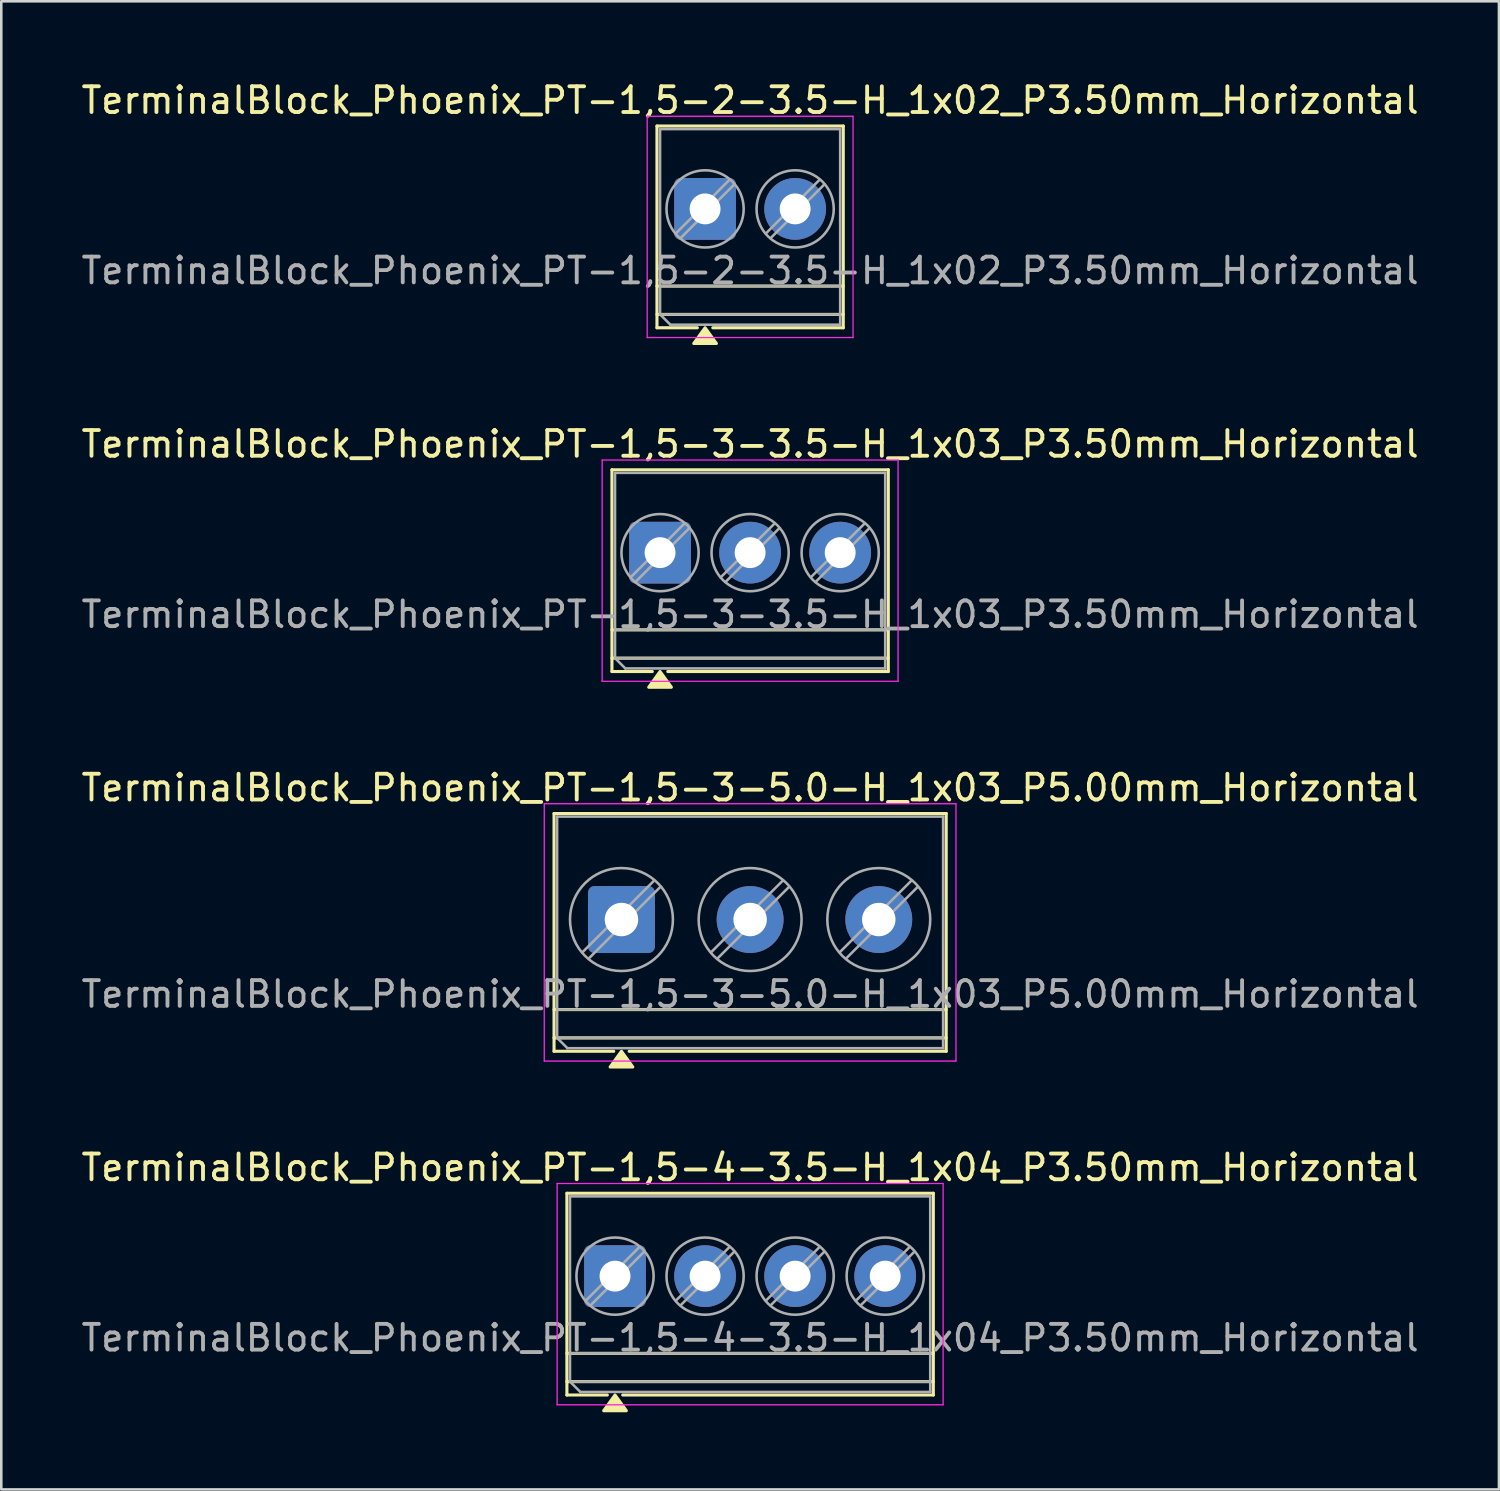
<source format=kicad_pcb>
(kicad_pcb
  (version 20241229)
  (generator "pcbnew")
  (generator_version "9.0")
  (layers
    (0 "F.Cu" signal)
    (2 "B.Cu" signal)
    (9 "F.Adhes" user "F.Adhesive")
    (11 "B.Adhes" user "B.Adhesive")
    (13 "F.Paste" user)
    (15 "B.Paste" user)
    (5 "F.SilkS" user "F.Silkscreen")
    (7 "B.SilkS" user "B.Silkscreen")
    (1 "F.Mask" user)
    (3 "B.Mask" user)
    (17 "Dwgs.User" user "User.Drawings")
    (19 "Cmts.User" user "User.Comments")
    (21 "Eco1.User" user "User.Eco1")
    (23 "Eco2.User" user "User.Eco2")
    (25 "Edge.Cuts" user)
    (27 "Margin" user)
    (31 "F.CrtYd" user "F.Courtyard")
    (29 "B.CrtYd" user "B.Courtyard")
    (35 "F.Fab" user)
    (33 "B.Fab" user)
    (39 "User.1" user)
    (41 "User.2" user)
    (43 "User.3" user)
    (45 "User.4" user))
  (footprint "TerminalBlock_Phoenix_PT-1,5-2-3.5-H_1x02_P3.50mm_Horizontal"
    (layer "F.Cu")
    (at 24.351 5.068)
    (property "Reference" "TerminalBlock_Phoenix_PT-1,5-2-3.5-H_1x02_P3.50mm_Horizontal" (at 1.75 -4.22 0) (layer "F.SilkS") (effects (font (size 1 1) (thickness 0.15))))
    (attr through_hole)
    (fp_line (start -1.87 -3.22) (end -1.87 4.62) (stroke (width 0.12) (type solid)) (layer "F.SilkS"))
    (fp_line (start -1.87 -3.22) (end 5.37 -3.22) (stroke (width 0.12) (type solid)) (layer "F.SilkS"))
    (fp_line (start -1.87 3) (end 5.37 3) (stroke (width 0.12) (type solid)) (layer "F.SilkS"))
    (fp_line (start -1.87 4.1) (end 5.37 4.1) (stroke (width 0.12) (type solid)) (layer "F.SilkS"))
    (fp_line (start -1.87 4.62) (end -0.3 4.62) (stroke (width 0.12) (type solid)) (layer "F.SilkS"))
    (fp_line (start 0.3 4.62) (end 5.37 4.62) (stroke (width 0.12) (type solid)) (layer "F.SilkS"))
    (fp_line (start 5.37 -3.22) (end 5.37 4.62) (stroke (width 0.12) (type solid)) (layer "F.SilkS"))
    (fp_poly (pts (xy 0 4.62) (xy 0.44 5.23) (xy -0.44 5.23)) (stroke (width 0.12) (type solid)) (fill yes) (layer "F.SilkS"))
    (fp_line (start -2.25 -3.6) (end -2.25 5) (stroke (width 0.05) (type solid)) (layer "F.CrtYd"))
    (fp_line (start -2.25 5) (end 5.75 5) (stroke (width 0.05) (type solid)) (layer "F.CrtYd"))
    (fp_line (start 5.75 -3.6) (end -2.25 -3.6) (stroke (width 0.05) (type solid)) (layer "F.CrtYd"))
    (fp_line (start 5.75 5) (end 5.75 -3.6) (stroke (width 0.05) (type solid)) (layer "F.CrtYd"))
    (fp_line (start -1.75 -3.1) (end 5.25 -3.1) (stroke (width 0.1) (type solid)) (layer "F.Fab"))
    (fp_line (start -1.75 3) (end 5.25 3) (stroke (width 0.1) (type solid)) (layer "F.Fab"))
    (fp_line (start -1.75 4.1) (end -1.75 -3.1) (stroke (width 0.1) (type solid)) (layer "F.Fab"))
    (fp_line (start -1.75 4.1) (end 5.25 4.1) (stroke (width 0.1) (type solid)) (layer "F.Fab"))
    (fp_line (start -1.35 4.5) (end -1.75 4.1) (stroke (width 0.1) (type solid)) (layer "F.Fab"))
    (fp_line (start 0.955 -1.138) (end -1.138 0.954) (stroke (width 0.1) (type solid)) (layer "F.Fab"))
    (fp_line (start 1.138 -0.954) (end -0.955 1.137) (stroke (width 0.1) (type solid)) (layer "F.Fab"))
    (fp_line (start 4.455 -1.138) (end 2.362 0.954) (stroke (width 0.1) (type solid)) (layer "F.Fab"))
    (fp_line (start 4.638 -0.954) (end 2.545 1.137) (stroke (width 0.1) (type solid)) (layer "F.Fab"))
    (fp_line (start 5.25 -3.1) (end 5.25 4.5) (stroke (width 0.1) (type solid)) (layer "F.Fab"))
    (fp_line (start 5.25 4.5) (end -1.35 4.5) (stroke (width 0.1) (type solid)) (layer "F.Fab"))
    (fp_circle (center 0 0) (end 1.5 0) (stroke (width 0.1) (type solid)) (fill no) (layer "F.Fab"))
    (fp_circle (center 3.5 0) (end 5 0) (stroke (width 0.1) (type solid)) (fill no) (layer "F.Fab"))
    (fp_text user "${REFERENCE}" (at 1.75 2.4 0) (layer "F.Fab") (effects (font (size 1 1) (thickness 0.15))))
    (pad "1" thru_hole roundrect (at 0 0) (size 2.4 2.4) (drill 1.2) (layers "*.Cu" "*.Mask") (roundrect_rratio 0.104))
    (pad "2" thru_hole circle (at 3.5 0) (size 2.4 2.4) (drill 1.2) (layers "*.Cu" "*.Mask")))
  (footprint "TerminalBlock_Phoenix_PT-1,5-3-5.0-H_1x03_P5.00mm_Horizontal"
    (layer "F.Cu")
    (at 21.101 32.685)
    (property "Reference" "TerminalBlock_Phoenix_PT-1,5-3-5.0-H_1x03_P5.00mm_Horizontal" (at 5 -5.12 0) (layer "F.SilkS") (effects (font (size 1 1) (thickness 0.15))))
    (attr through_hole)
    (fp_line (start -2.62 -4.12) (end -2.62 5.12) (stroke (width 0.12) (type solid)) (layer "F.SilkS"))
    (fp_line (start -2.62 -4.12) (end 12.62 -4.12) (stroke (width 0.12) (type solid)) (layer "F.SilkS"))
    (fp_line (start -2.62 3.5) (end 12.62 3.5) (stroke (width 0.12) (type solid)) (layer "F.SilkS"))
    (fp_line (start -2.62 4.6) (end 12.62 4.6) (stroke (width 0.12) (type solid)) (layer "F.SilkS"))
    (fp_line (start -2.62 5.12) (end -0.3 5.12) (stroke (width 0.12) (type solid)) (layer "F.SilkS"))
    (fp_line (start 0.3 5.12) (end 12.62 5.12) (stroke (width 0.12) (type solid)) (layer "F.SilkS"))
    (fp_line (start 12.62 -4.12) (end 12.62 5.12) (stroke (width 0.12) (type solid)) (layer "F.SilkS"))
    (fp_poly (pts (xy 0 5.12) (xy 0.44 5.73) (xy -0.44 5.73)) (stroke (width 0.12) (type solid)) (fill yes) (layer "F.SilkS"))
    (fp_line (start -3 -4.5) (end -3 5.5) (stroke (width 0.05) (type solid)) (layer "F.CrtYd"))
    (fp_line (start -3 5.5) (end 13 5.5) (stroke (width 0.05) (type solid)) (layer "F.CrtYd"))
    (fp_line (start 13 -4.5) (end -3 -4.5) (stroke (width 0.05) (type solid)) (layer "F.CrtYd"))
    (fp_line (start 13 5.5) (end 13 -4.5) (stroke (width 0.05) (type solid)) (layer "F.CrtYd"))
    (fp_line (start -2.5 -4) (end 12.5 -4) (stroke (width 0.1) (type solid)) (layer "F.Fab"))
    (fp_line (start -2.5 3.5) (end 12.5 3.5) (stroke (width 0.1) (type solid)) (layer "F.Fab"))
    (fp_line (start -2.5 4.6) (end -2.5 -4) (stroke (width 0.1) (type solid)) (layer "F.Fab"))
    (fp_line (start -2.5 4.6) (end 12.5 4.6) (stroke (width 0.1) (type solid)) (layer "F.Fab"))
    (fp_line (start -2.1 5) (end -2.5 4.6) (stroke (width 0.1) (type solid)) (layer "F.Fab"))
    (fp_line (start 1.273 -1.517) (end -1.517 1.272) (stroke (width 0.1) (type solid)) (layer "F.Fab"))
    (fp_line (start 1.517 -1.273) (end -1.273 1.517) (stroke (width 0.1) (type solid)) (layer "F.Fab"))
    (fp_line (start 6.273 -1.517) (end 3.483 1.272) (stroke (width 0.1) (type solid)) (layer "F.Fab"))
    (fp_line (start 6.517 -1.273) (end 3.727 1.517) (stroke (width 0.1) (type solid)) (layer "F.Fab"))
    (fp_line (start 11.273 -1.517) (end 8.483 1.272) (stroke (width 0.1) (type solid)) (layer "F.Fab"))
    (fp_line (start 11.517 -1.273) (end 8.727 1.517) (stroke (width 0.1) (type solid)) (layer "F.Fab"))
    (fp_line (start 12.5 -4) (end 12.5 5) (stroke (width 0.1) (type solid)) (layer "F.Fab"))
    (fp_line (start 12.5 5) (end -2.1 5) (stroke (width 0.1) (type solid)) (layer "F.Fab"))
    (fp_circle (center 0 0) (end 2 0) (stroke (width 0.1) (type solid)) (fill no) (layer "F.Fab"))
    (fp_circle (center 5 0) (end 7 0) (stroke (width 0.1) (type solid)) (fill no) (layer "F.Fab"))
    (fp_circle (center 10 0) (end 12 0) (stroke (width 0.1) (type solid)) (fill no) (layer "F.Fab"))
    (fp_text user "${REFERENCE}" (at 5 2.9 0) (layer "F.Fab") (effects (font (size 1 1) (thickness 0.15))))
    (pad "1" thru_hole roundrect (at 0 0) (size 2.6 2.6) (drill 1.3) (layers "*.Cu" "*.Mask") (roundrect_rratio 0.096))
    (pad "2" thru_hole circle (at 5 0) (size 2.6 2.6) (drill 1.3) (layers "*.Cu" "*.Mask"))
    (pad "3" thru_hole circle (at 10 0) (size 2.6 2.6) (drill 1.3) (layers "*.Cu" "*.Mask")))
  (footprint "TerminalBlock_Phoenix_PT-1,5-4-3.5-H_1x04_P3.50mm_Horizontal"
    (layer "F.Cu")
    (at 20.851 46.543)
    (property "Reference" "TerminalBlock_Phoenix_PT-1,5-4-3.5-H_1x04_P3.50mm_Horizontal" (at 5.25 -4.22 0) (layer "F.SilkS") (effects (font (size 1 1) (thickness 0.15))))
    (attr through_hole)
    (fp_line (start -1.87 -3.22) (end -1.87 4.62) (stroke (width 0.12) (type solid)) (layer "F.SilkS"))
    (fp_line (start -1.87 -3.22) (end 12.37 -3.22) (stroke (width 0.12) (type solid)) (layer "F.SilkS"))
    (fp_line (start -1.87 3) (end 12.37 3) (stroke (width 0.12) (type solid)) (layer "F.SilkS"))
    (fp_line (start -1.87 4.1) (end 12.37 4.1) (stroke (width 0.12) (type solid)) (layer "F.SilkS"))
    (fp_line (start -1.87 4.62) (end -0.3 4.62) (stroke (width 0.12) (type solid)) (layer "F.SilkS"))
    (fp_line (start 0.3 4.62) (end 12.37 4.62) (stroke (width 0.12) (type solid)) (layer "F.SilkS"))
    (fp_line (start 12.37 -3.22) (end 12.37 4.62) (stroke (width 0.12) (type solid)) (layer "F.SilkS"))
    (fp_poly (pts (xy 0 4.62) (xy 0.44 5.23) (xy -0.44 5.23)) (stroke (width 0.12) (type solid)) (fill yes) (layer "F.SilkS"))
    (fp_line (start -2.25 -3.6) (end -2.25 5) (stroke (width 0.05) (type solid)) (layer "F.CrtYd"))
    (fp_line (start -2.25 5) (end 12.75 5) (stroke (width 0.05) (type solid)) (layer "F.CrtYd"))
    (fp_line (start 12.75 -3.6) (end -2.25 -3.6) (stroke (width 0.05) (type solid)) (layer "F.CrtYd"))
    (fp_line (start 12.75 5) (end 12.75 -3.6) (stroke (width 0.05) (type solid)) (layer "F.CrtYd"))
    (fp_line (start -1.75 -3.1) (end 12.25 -3.1) (stroke (width 0.1) (type solid)) (layer "F.Fab"))
    (fp_line (start -1.75 3) (end 12.25 3) (stroke (width 0.1) (type solid)) (layer "F.Fab"))
    (fp_line (start -1.75 4.1) (end -1.75 -3.1) (stroke (width 0.1) (type solid)) (layer "F.Fab"))
    (fp_line (start -1.75 4.1) (end 12.25 4.1) (stroke (width 0.1) (type solid)) (layer "F.Fab"))
    (fp_line (start -1.35 4.5) (end -1.75 4.1) (stroke (width 0.1) (type solid)) (layer "F.Fab"))
    (fp_line (start 0.955 -1.138) (end -1.138 0.954) (stroke (width 0.1) (type solid)) (layer "F.Fab"))
    (fp_line (start 1.138 -0.954) (end -0.955 1.137) (stroke (width 0.1) (type solid)) (layer "F.Fab"))
    (fp_line (start 4.455 -1.138) (end 2.362 0.954) (stroke (width 0.1) (type solid)) (layer "F.Fab"))
    (fp_line (start 4.638 -0.954) (end 2.545 1.137) (stroke (width 0.1) (type solid)) (layer "F.Fab"))
    (fp_line (start 7.955 -1.138) (end 5.862 0.954) (stroke (width 0.1) (type solid)) (layer "F.Fab"))
    (fp_line (start 8.138 -0.954) (end 6.045 1.137) (stroke (width 0.1) (type solid)) (layer "F.Fab"))
    (fp_line (start 11.455 -1.138) (end 9.362 0.954) (stroke (width 0.1) (type solid)) (layer "F.Fab"))
    (fp_line (start 11.638 -0.954) (end 9.545 1.137) (stroke (width 0.1) (type solid)) (layer "F.Fab"))
    (fp_line (start 12.25 -3.1) (end 12.25 4.5) (stroke (width 0.1) (type solid)) (layer "F.Fab"))
    (fp_line (start 12.25 4.5) (end -1.35 4.5) (stroke (width 0.1) (type solid)) (layer "F.Fab"))
    (fp_circle (center 0 0) (end 1.5 0) (stroke (width 0.1) (type solid)) (fill no) (layer "F.Fab"))
    (fp_circle (center 3.5 0) (end 5 0) (stroke (width 0.1) (type solid)) (fill no) (layer "F.Fab"))
    (fp_circle (center 7 0) (end 8.5 0) (stroke (width 0.1) (type solid)) (fill no) (layer "F.Fab"))
    (fp_circle (center 10.5 0) (end 12 0) (stroke (width 0.1) (type solid)) (fill no) (layer "F.Fab"))
    (fp_text user "${REFERENCE}" (at 5.25 2.4 0) (layer "F.Fab") (effects (font (size 1 1) (thickness 0.15))))
    (pad "1" thru_hole roundrect (at 0 0) (size 2.4 2.4) (drill 1.2) (layers "*.Cu" "*.Mask") (roundrect_rratio 0.104))
    (pad "2" thru_hole circle (at 3.5 0) (size 2.4 2.4) (drill 1.2) (layers "*.Cu" "*.Mask"))
    (pad "3" thru_hole circle (at 7 0) (size 2.4 2.4) (drill 1.2) (layers "*.Cu" "*.Mask"))
    (pad "4" thru_hole circle (at 10.5 0) (size 2.4 2.4) (drill 1.2) (layers "*.Cu" "*.Mask")))
  (footprint "TerminalBlock_Phoenix_PT-1,5-3-3.5-H_1x03_P3.50mm_Horizontal"
    (layer "F.Cu")
    (at 22.601 18.427)
    (property "Reference" "TerminalBlock_Phoenix_PT-1,5-3-3.5-H_1x03_P3.50mm_Horizontal" (at 3.5 -4.22 0) (layer "F.SilkS") (effects (font (size 1 1) (thickness 0.15))))
    (attr through_hole)
    (fp_line (start -1.87 -3.22) (end -1.87 4.62) (stroke (width 0.12) (type solid)) (layer "F.SilkS"))
    (fp_line (start -1.87 -3.22) (end 8.87 -3.22) (stroke (width 0.12) (type solid)) (layer "F.SilkS"))
    (fp_line (start -1.87 3) (end 8.87 3) (stroke (width 0.12) (type solid)) (layer "F.SilkS"))
    (fp_line (start -1.87 4.1) (end 8.87 4.1) (stroke (width 0.12) (type solid)) (layer "F.SilkS"))
    (fp_line (start -1.87 4.62) (end -0.3 4.62) (stroke (width 0.12) (type solid)) (layer "F.SilkS"))
    (fp_line (start 0.3 4.62) (end 8.87 4.62) (stroke (width 0.12) (type solid)) (layer "F.SilkS"))
    (fp_line (start 8.87 -3.22) (end 8.87 4.62) (stroke (width 0.12) (type solid)) (layer "F.SilkS"))
    (fp_poly (pts (xy 0 4.62) (xy 0.44 5.23) (xy -0.44 5.23)) (stroke (width 0.12) (type solid)) (fill yes) (layer "F.SilkS"))
    (fp_line (start -2.25 -3.6) (end -2.25 5) (stroke (width 0.05) (type solid)) (layer "F.CrtYd"))
    (fp_line (start -2.25 5) (end 9.25 5) (stroke (width 0.05) (type solid)) (layer "F.CrtYd"))
    (fp_line (start 9.25 -3.6) (end -2.25 -3.6) (stroke (width 0.05) (type solid)) (layer "F.CrtYd"))
    (fp_line (start 9.25 5) (end 9.25 -3.6) (stroke (width 0.05) (type solid)) (layer "F.CrtYd"))
    (fp_line (start -1.75 -3.1) (end 8.75 -3.1) (stroke (width 0.1) (type solid)) (layer "F.Fab"))
    (fp_line (start -1.75 3) (end 8.75 3) (stroke (width 0.1) (type solid)) (layer "F.Fab"))
    (fp_line (start -1.75 4.1) (end -1.75 -3.1) (stroke (width 0.1) (type solid)) (layer "F.Fab"))
    (fp_line (start -1.75 4.1) (end 8.75 4.1) (stroke (width 0.1) (type solid)) (layer "F.Fab"))
    (fp_line (start -1.35 4.5) (end -1.75 4.1) (stroke (width 0.1) (type solid)) (layer "F.Fab"))
    (fp_line (start 0.955 -1.138) (end -1.138 0.954) (stroke (width 0.1) (type solid)) (layer "F.Fab"))
    (fp_line (start 1.138 -0.954) (end -0.955 1.137) (stroke (width 0.1) (type solid)) (layer "F.Fab"))
    (fp_line (start 4.455 -1.138) (end 2.362 0.954) (stroke (width 0.1) (type solid)) (layer "F.Fab"))
    (fp_line (start 4.638 -0.954) (end 2.545 1.137) (stroke (width 0.1) (type solid)) (layer "F.Fab"))
    (fp_line (start 7.955 -1.138) (end 5.862 0.954) (stroke (width 0.1) (type solid)) (layer "F.Fab"))
    (fp_line (start 8.138 -0.954) (end 6.045 1.137) (stroke (width 0.1) (type solid)) (layer "F.Fab"))
    (fp_line (start 8.75 -3.1) (end 8.75 4.5) (stroke (width 0.1) (type solid)) (layer "F.Fab"))
    (fp_line (start 8.75 4.5) (end -1.35 4.5) (stroke (width 0.1) (type solid)) (layer "F.Fab"))
    (fp_circle (center 0 0) (end 1.5 0) (stroke (width 0.1) (type solid)) (fill no) (layer "F.Fab"))
    (fp_circle (center 3.5 0) (end 5 0) (stroke (width 0.1) (type solid)) (fill no) (layer "F.Fab"))
    (fp_circle (center 7 0) (end 8.5 0) (stroke (width 0.1) (type solid)) (fill no) (layer "F.Fab"))
    (fp_text user "${REFERENCE}" (at 3.5 2.4 0) (layer "F.Fab") (effects (font (size 1 1) (thickness 0.15))))
    (pad "1" thru_hole roundrect (at 0 0) (size 2.4 2.4) (drill 1.2) (layers "*.Cu" "*.Mask") (roundrect_rratio 0.104))
    (pad "2" thru_hole circle (at 3.5 0) (size 2.4 2.4) (drill 1.2) (layers "*.Cu" "*.Mask"))
    (pad "3" thru_hole circle (at 7 0) (size 2.4 2.4) (drill 1.2) (layers "*.Cu" "*.Mask")))
  (gr_rect
    (start -3 -3)
    (end 55.202 54.833)
    (stroke (width 0.1) (type default))
    (fill no)
    (layer "Edge.Cuts")))
</source>
